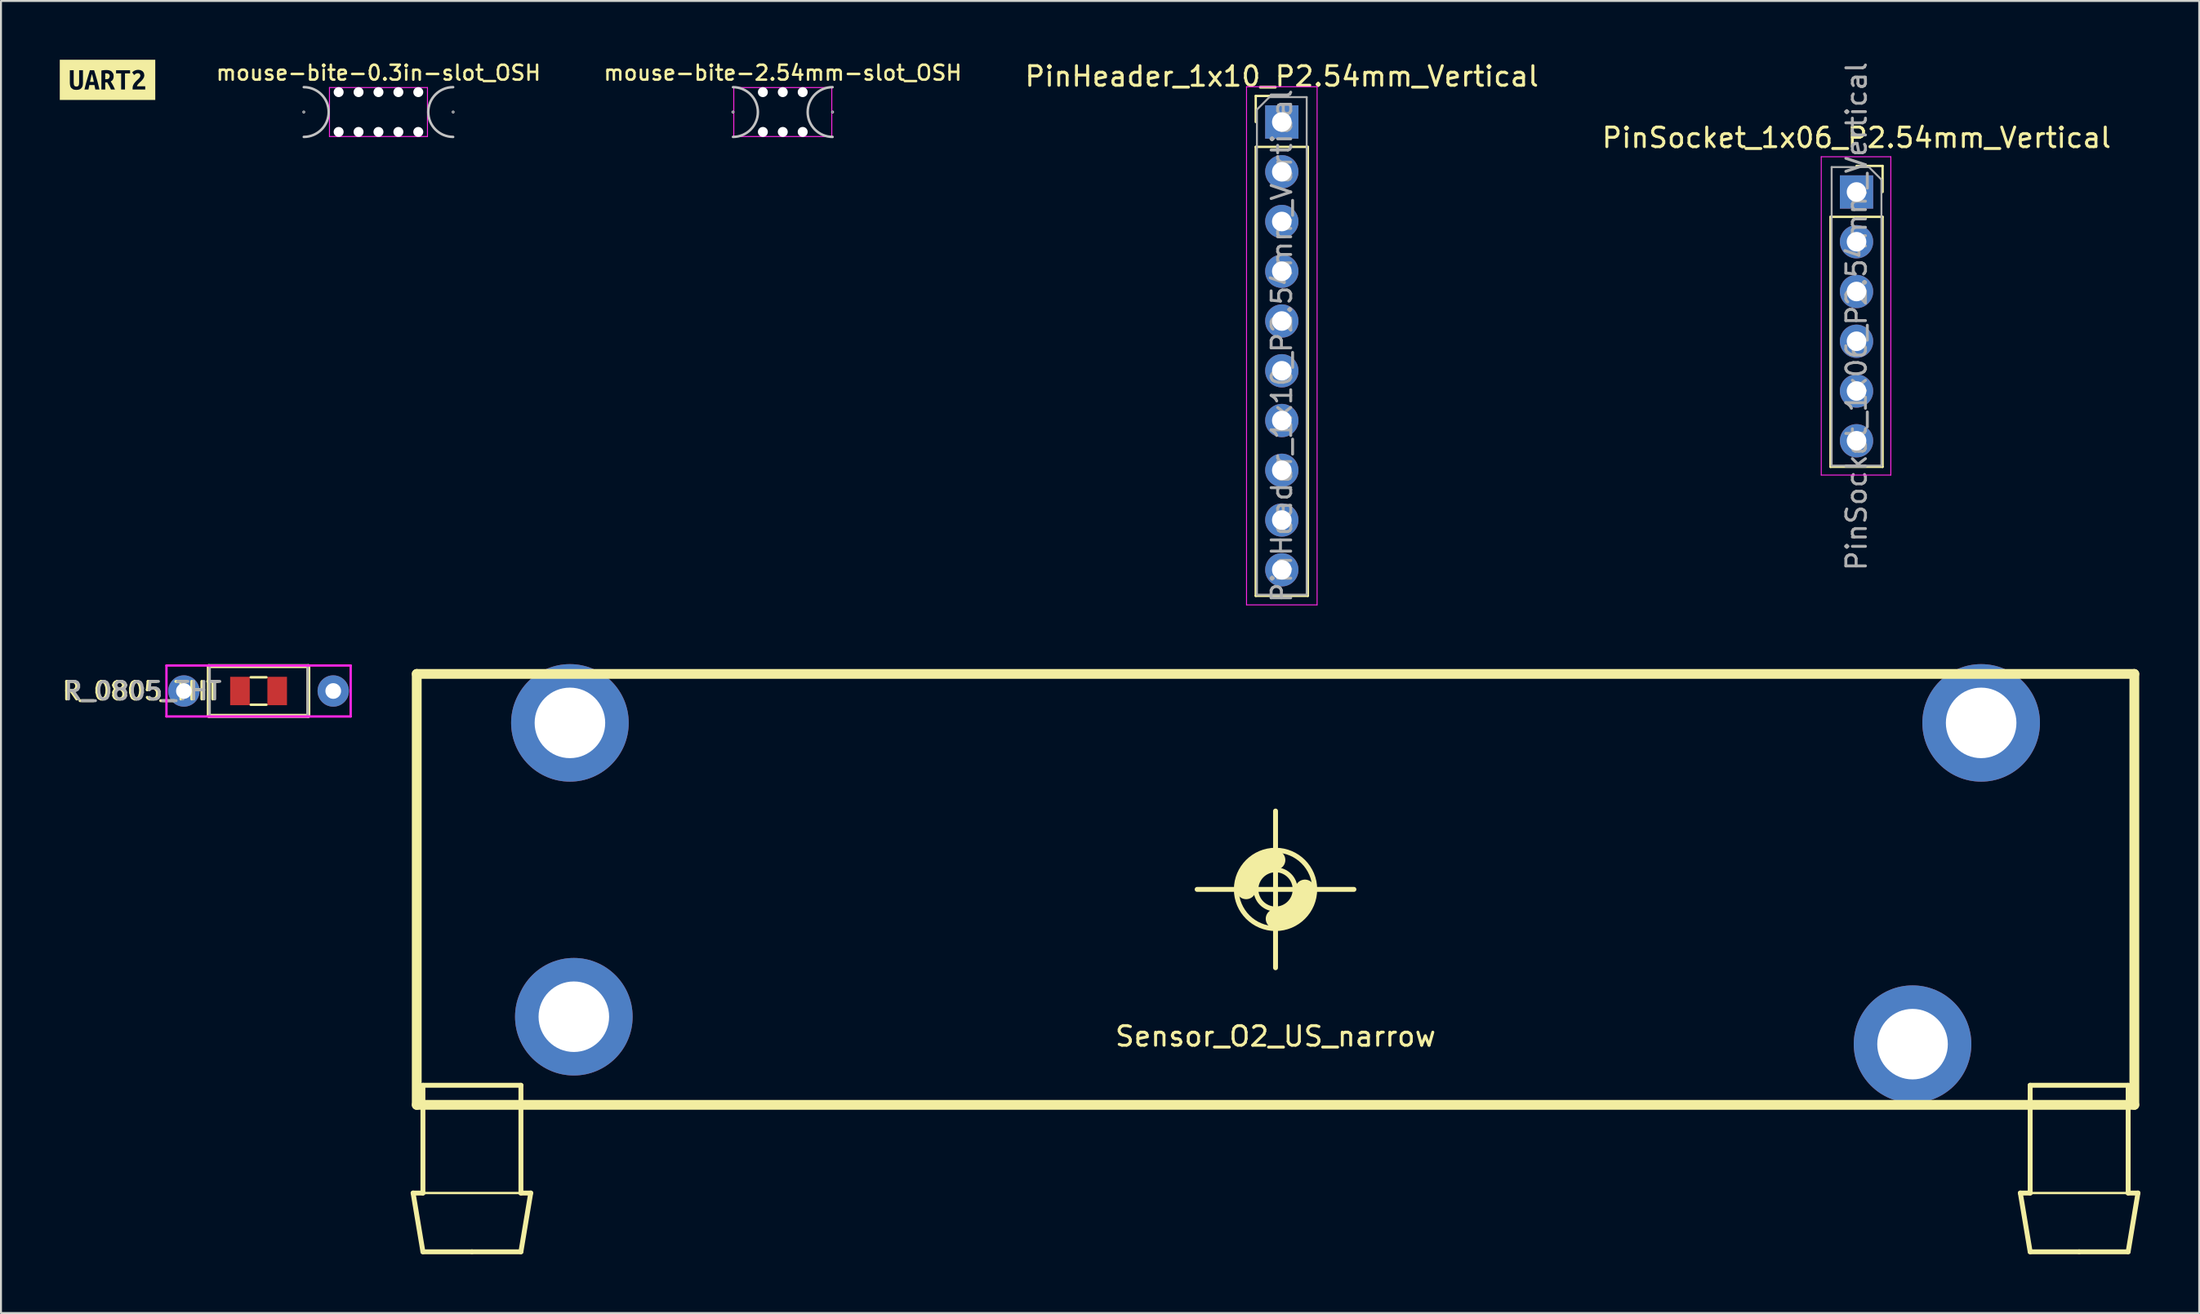
<source format=kicad_pcb>
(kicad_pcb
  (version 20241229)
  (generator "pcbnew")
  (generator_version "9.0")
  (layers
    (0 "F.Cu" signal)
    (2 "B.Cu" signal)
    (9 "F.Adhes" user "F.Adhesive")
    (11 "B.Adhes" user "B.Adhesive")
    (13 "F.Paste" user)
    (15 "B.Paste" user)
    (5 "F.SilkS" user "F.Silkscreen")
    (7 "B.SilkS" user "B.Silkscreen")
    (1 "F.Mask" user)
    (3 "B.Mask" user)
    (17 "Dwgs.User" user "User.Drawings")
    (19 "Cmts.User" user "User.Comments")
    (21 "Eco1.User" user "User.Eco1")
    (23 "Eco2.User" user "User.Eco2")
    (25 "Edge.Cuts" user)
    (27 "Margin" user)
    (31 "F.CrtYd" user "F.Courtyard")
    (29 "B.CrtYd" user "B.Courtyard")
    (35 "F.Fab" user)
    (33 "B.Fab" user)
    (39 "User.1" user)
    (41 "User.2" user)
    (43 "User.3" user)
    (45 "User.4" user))
  (footprint "PinSocket_1x06_P2.54mm_Vertical"
    (layer "F.Cu")
    (at 91.669 6.751)
    (property "Reference" "PinSocket_1x06_P2.54mm_Vertical" (at 0 -2.77 0) (layer "F.SilkS") (effects (font (size 1 1) (thickness 0.15))))
    (attr through_hole)
    (fp_line (start -1.33 1.27) (end -1.33 14.03) (stroke (width 0.12) (type solid)) (layer "F.SilkS"))
    (fp_line (start -1.33 1.27) (end 1.33 1.27) (stroke (width 0.12) (type solid)) (layer "F.SilkS"))
    (fp_line (start -1.33 14.03) (end 1.33 14.03) (stroke (width 0.12) (type solid)) (layer "F.SilkS"))
    (fp_line (start 0 -1.33) (end 1.33 -1.33) (stroke (width 0.12) (type solid)) (layer "F.SilkS"))
    (fp_line (start 1.33 -1.33) (end 1.33 0) (stroke (width 0.12) (type solid)) (layer "F.SilkS"))
    (fp_line (start 1.33 1.27) (end 1.33 14.03) (stroke (width 0.12) (type solid)) (layer "F.SilkS"))
    (fp_line (start -1.8 -1.8) (end 1.75 -1.8) (stroke (width 0.05) (type solid)) (layer "F.CrtYd"))
    (fp_line (start -1.8 14.45) (end -1.8 -1.8) (stroke (width 0.05) (type solid)) (layer "F.CrtYd"))
    (fp_line (start 1.75 -1.8) (end 1.75 14.45) (stroke (width 0.05) (type solid)) (layer "F.CrtYd"))
    (fp_line (start 1.75 14.45) (end -1.8 14.45) (stroke (width 0.05) (type solid)) (layer "F.CrtYd"))
    (fp_line (start -1.27 -1.27) (end 0.635 -1.27) (stroke (width 0.1) (type solid)) (layer "F.Fab"))
    (fp_line (start -1.27 13.97) (end -1.27 -1.27) (stroke (width 0.1) (type solid)) (layer "F.Fab"))
    (fp_line (start 0.635 -1.27) (end 1.27 -0.635) (stroke (width 0.1) (type solid)) (layer "F.Fab"))
    (fp_line (start 1.27 -0.635) (end 1.27 13.97) (stroke (width 0.1) (type solid)) (layer "F.Fab"))
    (fp_line (start 1.27 13.97) (end -1.27 13.97) (stroke (width 0.1) (type solid)) (layer "F.Fab"))
    (fp_text user "${REFERENCE}" (at 0 6.35 90) (layer "F.Fab") (effects (font (size 1 1) (thickness 0.15))))
    (pad "1" thru_hole rect (at 0 0) (size 1.7 1.7) (drill 1) (layers "*.Cu" "*.Mask"))
    (pad "2" thru_hole oval (at 0 2.54) (size 1.7 1.7) (drill 1) (layers "*.Cu" "*.Mask"))
    (pad "3" thru_hole oval (at 0 5.08) (size 1.7 1.7) (drill 1) (layers "*.Cu" "*.Mask"))
    (pad "4" thru_hole oval (at 0 7.62) (size 1.7 1.7) (drill 1) (layers "*.Cu" "*.Mask"))
    (pad "5" thru_hole oval (at 0 10.16) (size 1.7 1.7) (drill 1) (layers "*.Cu" "*.Mask"))
    (pad "6" thru_hole oval (at 0 12.7) (size 1.7 1.7) (drill 1) (layers "*.Cu" "*.Mask")))
  (footprint "PinHeader_1x10_P2.54mm_Vertical"
    (layer "F.Cu")
    (at 62.347 3.178)
    (property "Reference" "PinHeader_1x10_P2.54mm_Vertical" (at 0 -2.33 0) (layer "F.SilkS") (effects (font (size 1 1) (thickness 0.15))))
    (attr through_hole)
    (fp_line (start -1.33 -1.33) (end 0 -1.33) (stroke (width 0.12) (type solid)) (layer "F.SilkS"))
    (fp_line (start -1.33 0) (end -1.33 -1.33) (stroke (width 0.12) (type solid)) (layer "F.SilkS"))
    (fp_line (start -1.33 1.27) (end -1.33 24.19) (stroke (width 0.12) (type solid)) (layer "F.SilkS"))
    (fp_line (start -1.33 1.27) (end 1.33 1.27) (stroke (width 0.12) (type solid)) (layer "F.SilkS"))
    (fp_line (start -1.33 24.19) (end 1.33 24.19) (stroke (width 0.12) (type solid)) (layer "F.SilkS"))
    (fp_line (start 1.33 1.27) (end 1.33 24.19) (stroke (width 0.12) (type solid)) (layer "F.SilkS"))
    (fp_line (start -1.8 -1.8) (end -1.8 24.65) (stroke (width 0.05) (type solid)) (layer "F.CrtYd"))
    (fp_line (start -1.8 24.65) (end 1.8 24.65) (stroke (width 0.05) (type solid)) (layer "F.CrtYd"))
    (fp_line (start 1.8 -1.8) (end -1.8 -1.8) (stroke (width 0.05) (type solid)) (layer "F.CrtYd"))
    (fp_line (start 1.8 24.65) (end 1.8 -1.8) (stroke (width 0.05) (type solid)) (layer "F.CrtYd"))
    (fp_line (start -1.27 -0.635) (end -0.635 -1.27) (stroke (width 0.1) (type solid)) (layer "F.Fab"))
    (fp_line (start -1.27 24.13) (end -1.27 -0.635) (stroke (width 0.1) (type solid)) (layer "F.Fab"))
    (fp_line (start -0.635 -1.27) (end 1.27 -1.27) (stroke (width 0.1) (type solid)) (layer "F.Fab"))
    (fp_line (start 1.27 -1.27) (end 1.27 24.13) (stroke (width 0.1) (type solid)) (layer "F.Fab"))
    (fp_line (start 1.27 24.13) (end -1.27 24.13) (stroke (width 0.1) (type solid)) (layer "F.Fab"))
    (fp_text user "${REFERENCE}" (at 0 11.43 90) (layer "F.Fab") (effects (font (size 1 1) (thickness 0.15))))
    (pad "1" thru_hole rect (at 0 0) (size 1.7 1.7) (drill 1) (layers "*.Cu" "*.Mask"))
    (pad "2" thru_hole oval (at 0 2.54) (size 1.7 1.7) (drill 1) (layers "*.Cu" "*.Mask"))
    (pad "3" thru_hole oval (at 0 5.08) (size 1.7 1.7) (drill 1) (layers "*.Cu" "*.Mask"))
    (pad "4" thru_hole oval (at 0 7.62) (size 1.7 1.7) (drill 1) (layers "*.Cu" "*.Mask"))
    (pad "5" thru_hole oval (at 0 10.16) (size 1.7 1.7) (drill 1) (layers "*.Cu" "*.Mask"))
    (pad "6" thru_hole oval (at 0 12.7) (size 1.7 1.7) (drill 1) (layers "*.Cu" "*.Mask"))
    (pad "7" thru_hole oval (at 0 15.24) (size 1.7 1.7) (drill 1) (layers "*.Cu" "*.Mask"))
    (pad "8" thru_hole oval (at 0 17.78) (size 1.7 1.7) (drill 1) (layers "*.Cu" "*.Mask"))
    (pad "9" thru_hole oval (at 0 20.32) (size 1.7 1.7) (drill 1) (layers "*.Cu" "*.Mask"))
    (pad "10" thru_hole oval (at 0 22.86) (size 1.7 1.7) (drill 1) (layers "*.Cu" "*.Mask")))
  (footprint "mouse-bite-2.54mm-slot_OSH"
    (layer "F.Cu")
    (at 36.887 2.669)
    (property "Reference" "mouse-bite-2.54mm-slot_OSH" (at 0 -2 0) (layer "F.SilkS") (effects (font (size 0.762 0.762) (thickness 0.127))))
    (attr through_hole)
    (fp_arc (start -2.54 -1.27) (mid -1.27 0) (end -2.54 1.27) (stroke (width 0.127) (type solid)) (layer "Dwgs.User"))
    (fp_arc (start 2.54 1.27) (mid 1.27 0) (end 2.54 -1.27) (stroke (width 0.127) (type solid)) (layer "Dwgs.User"))
    (fp_circle (center -2.54 0) (end -2.54 0.051) (stroke (width 0.051) (type solid)) (fill no) (layer "Dwgs.User"))
    (fp_circle (center 2.54 0) (end 2.54 -0.051) (stroke (width 0.051) (type solid)) (fill no) (layer "Dwgs.User"))
    (fp_line (start -2.5 -1.25) (end -2.5 1.25) (stroke (width 0.05) (type solid)) (layer "F.CrtYd"))
    (fp_line (start -2.5 1.25) (end 2.5 1.25) (stroke (width 0.05) (type solid)) (layer "F.CrtYd"))
    (fp_line (start 2.5 -1.25) (end -2.5 -1.25) (stroke (width 0.05) (type solid)) (layer "F.CrtYd"))
    (fp_line (start 2.5 1.25) (end 2.5 -1.25) (stroke (width 0.05) (type solid)) (layer "F.CrtYd"))
    (pad "" np_thru_hole circle (at -1.016 -1.016) (size 0.508 0.508) (drill 0.508) (layers "*.Cu" "*.Mask"))
    (pad "" np_thru_hole circle (at -1.016 1.016) (size 0.508 0.508) (drill 0.508) (layers "*.Cu" "*.Mask"))
    (pad "" np_thru_hole circle (at 0 -1.016) (size 0.508 0.508) (drill 0.508) (layers "*.Cu" "*.Mask"))
    (pad "" np_thru_hole circle (at 0 1.016) (size 0.508 0.508) (drill 0.508) (layers "*.Cu" "*.Mask"))
    (pad "" np_thru_hole circle (at 1.016 -1.016) (size 0.508 0.508) (drill 0.508) (layers "*.Cu" "*.Mask"))
    (pad "" np_thru_hole circle (at 1.016 1.016) (size 0.508 0.508) (drill 0.508) (layers "*.Cu" "*.Mask")))
  (footprint "mouse-bite-0.3in-slot_OSH"
    (layer "F.Cu")
    (at 16.259 2.669)
    (property "Reference" "mouse-bite-0.3in-slot_OSH" (at 0 -2 0) (layer "F.SilkS") (effects (font (size 0.762 0.762) (thickness 0.127))))
    (attr through_hole)
    (fp_arc (start -3.81 -1.27) (mid -2.54 0) (end -3.81 1.27) (stroke (width 0.127) (type solid)) (layer "Dwgs.User"))
    (fp_arc (start 3.81 1.27) (mid 2.54 0) (end 3.81 -1.27) (stroke (width 0.127) (type solid)) (layer "Dwgs.User"))
    (fp_circle (center -3.81 0) (end -3.759 0) (stroke (width 0.051) (type solid)) (fill no) (layer "Dwgs.User"))
    (fp_circle (center 3.81 0) (end 3.861 0) (stroke (width 0.051) (type solid)) (fill no) (layer "Dwgs.User"))
    (fp_line (start -2.5 -1.25) (end -2.5 1.25) (stroke (width 0.05) (type solid)) (layer "F.CrtYd"))
    (fp_line (start -2.5 1.25) (end 2.5 1.25) (stroke (width 0.05) (type solid)) (layer "F.CrtYd"))
    (fp_line (start 2.5 -1.25) (end -2.5 -1.25) (stroke (width 0.05) (type solid)) (layer "F.CrtYd"))
    (fp_line (start 2.5 1.25) (end 2.5 -1.25) (stroke (width 0.05) (type solid)) (layer "F.CrtYd"))
    (pad "" np_thru_hole circle (at -2.032 -1.016) (size 0.508 0.508) (drill 0.508) (layers "*.Cu" "*.Mask"))
    (pad "" np_thru_hole circle (at -2.032 1.016) (size 0.508 0.508) (drill 0.508) (layers "*.Cu" "*.Mask"))
    (pad "" np_thru_hole circle (at -1.016 -1.016) (size 0.508 0.508) (drill 0.508) (layers "*.Cu" "*.Mask"))
    (pad "" np_thru_hole circle (at -1.016 1.016) (size 0.508 0.508) (drill 0.508) (layers "*.Cu" "*.Mask"))
    (pad "" np_thru_hole circle (at 0 -1.016) (size 0.508 0.508) (drill 0.508) (layers "*.Cu" "*.Mask"))
    (pad "" np_thru_hole circle (at 0 1.016) (size 0.508 0.508) (drill 0.508) (layers "*.Cu" "*.Mask"))
    (pad "" np_thru_hole circle (at 1.016 -1.016) (size 0.508 0.508) (drill 0.508) (layers "*.Cu" "*.Mask"))
    (pad "" np_thru_hole circle (at 1.016 1.016) (size 0.508 0.508) (drill 0.508) (layers "*.Cu" "*.Mask"))
    (pad "" np_thru_hole circle (at 2.032 -1.016) (size 0.508 0.508) (drill 0.508) (layers "*.Cu" "*.Mask"))
    (pad "" np_thru_hole circle (at 2.032 1.016) (size 0.508 0.508) (drill 0.508) (layers "*.Cu" "*.Mask")))
  (footprint "Sensor_O2_US_narrow"
    (layer "F.Cu")
    (at 62.027 42.353)
    (property "Reference" "Sensor_O2_US_narrow" (at 0 7.5 0) (layer "F.SilkS") (effects (font (size 1 1) (thickness 0.15))))
    (attr through_hole)
    (fp_line (start -44 15.5) (end -43.5 15.5) (stroke (width 0.25) (type solid)) (layer "F.SilkS"))
    (fp_line (start -43.815 -11) (end -43.815 11) (stroke (width 0.5) (type solid)) (layer "F.SilkS"))
    (fp_line (start -43.815 11) (end 43.815 11) (stroke (width 0.5) (type solid)) (layer "F.SilkS"))
    (fp_line (start -43.5 10) (end -38.5 10) (stroke (width 0.25) (type solid)) (layer "F.SilkS"))
    (fp_line (start -43.5 15.5) (end -43.5 10) (stroke (width 0.25) (type solid)) (layer "F.SilkS"))
    (fp_line (start -43.5 15.5) (end -38.5 15.5) (stroke (width 0.12) (type solid)) (layer "F.SilkS"))
    (fp_line (start -43.5 18.5) (end -44 15.5) (stroke (width 0.25) (type solid)) (layer "F.SilkS"))
    (fp_line (start -41 18.5) (end -43.5 18.5) (stroke (width 0.25) (type solid)) (layer "F.SilkS"))
    (fp_line (start -38.5 10) (end -38.5 15.5) (stroke (width 0.25) (type solid)) (layer "F.SilkS"))
    (fp_line (start -38.5 15.5) (end -38 15.5) (stroke (width 0.25) (type solid)) (layer "F.SilkS"))
    (fp_line (start -38.5 18.5) (end -41 18.5) (stroke (width 0.25) (type solid)) (layer "F.SilkS"))
    (fp_line (start -38 15.5) (end -38.5 18.5) (stroke (width 0.25) (type solid)) (layer "F.SilkS"))
    (fp_line (start -4 0) (end 4 0) (stroke (width 0.25) (type solid)) (layer "F.SilkS"))
    (fp_line (start 0 -4) (end 0 4) (stroke (width 0.25) (type solid)) (layer "F.SilkS"))
    (fp_line (start 38 15.5) (end 38.5 15.5) (stroke (width 0.25) (type solid)) (layer "F.SilkS"))
    (fp_line (start 38.5 10) (end 43.5 10) (stroke (width 0.25) (type solid)) (layer "F.SilkS"))
    (fp_line (start 38.5 15.5) (end 38.5 10) (stroke (width 0.25) (type solid)) (layer "F.SilkS"))
    (fp_line (start 38.5 15.5) (end 43.5 15.5) (stroke (width 0.12) (type solid)) (layer "F.SilkS"))
    (fp_line (start 38.5 18.5) (end 38 15.5) (stroke (width 0.25) (type solid)) (layer "F.SilkS"))
    (fp_line (start 41 18.5) (end 38.5 18.5) (stroke (width 0.25) (type solid)) (layer "F.SilkS"))
    (fp_line (start 43.5 10) (end 43.5 15.5) (stroke (width 0.25) (type solid)) (layer "F.SilkS"))
    (fp_line (start 43.5 15.5) (end 44 15.5) (stroke (width 0.25) (type solid)) (layer "F.SilkS"))
    (fp_line (start 43.5 18.5) (end 41 18.5) (stroke (width 0.25) (type solid)) (layer "F.SilkS"))
    (fp_line (start 43.815 -11) (end -43.815 -11) (stroke (width 0.5) (type solid)) (layer "F.SilkS"))
    (fp_line (start 43.815 11) (end 43.815 -11) (stroke (width 0.5) (type solid)) (layer "F.SilkS"))
    (fp_line (start 44 15.5) (end 43.5 18.5) (stroke (width 0.25) (type solid)) (layer "F.SilkS"))
    (fp_arc (start -1.5 0) (mid -1.06066 -1.06066) (end 0 -1.5) (stroke (width 1) (type solid)) (layer "F.SilkS"))
    (fp_arc (start 1.5 0) (mid 1.06066 1.06066) (end 0 1.5) (stroke (width 1) (type solid)) (layer "F.SilkS"))
    (fp_circle (center 0 0) (end 1 0) (stroke (width 0.25) (type solid)) (fill no) (layer "F.SilkS"))
    (fp_circle (center 0 0) (end 2 0) (stroke (width 0.25) (type solid)) (fill no) (layer "F.SilkS"))
    (pad "1" thru_hole circle (at -36 -8.5) (size 6 6) (drill 3.6) (layers "*.Cu" "*.Mask"))
    (pad "2" thru_hole circle (at 36 -8.5) (size 6 6) (drill 3.6) (layers "*.Cu" "*.Mask"))
    (pad "3" thru_hole circle (at 32.5 7.9) (size 6 6) (drill 3.6) (layers "*.Cu" "*.Mask"))
    (pad "4" thru_hole circle (at -35.8 6.5) (size 6 6) (drill 3.6) (layers "*.Cu" "*.Mask")))
  (footprint "R_0805_THT"
    (layer "F.Cu")
    (at 10.142 32.225)
    (property "Reference" "R_0805_THT" (at -6 0 180) (layer "F.SilkS") (effects (font (size 0.9 0.9) (thickness 0.15))))
    (attr smd)
    (fp_line (start -2.54 -1.27) (end -2.54 1.27) (stroke (width 0.203) (type solid)) (layer "F.SilkS"))
    (fp_line (start -2.54 1.27) (end 2.54 1.27) (stroke (width 0.203) (type solid)) (layer "F.SilkS"))
    (fp_line (start -0.4 -0.7) (end 0.4 -0.7) (stroke (width 0.127) (type solid)) (layer "F.SilkS"))
    (fp_line (start 0.4 0.7) (end -0.4 0.7) (stroke (width 0.127) (type solid)) (layer "F.SilkS"))
    (fp_line (start 2.54 -1.27) (end -2.54 -1.27) (stroke (width 0.203) (type solid)) (layer "F.SilkS"))
    (fp_line (start 2.54 1.27) (end 2.54 -1.27) (stroke (width 0.203) (type solid)) (layer "F.SilkS"))
    (fp_line (start -4.7 -1.3) (end 4.7 -1.3) (stroke (width 0.12) (type solid)) (layer "F.CrtYd"))
    (fp_line (start -4.7 1.3) (end -4.7 -1.3) (stroke (width 0.12) (type solid)) (layer "F.CrtYd"))
    (fp_line (start 4.7 -1.3) (end 4.7 1.3) (stroke (width 0.12) (type solid)) (layer "F.CrtYd"))
    (fp_line (start 4.7 1.3) (end -4.7 1.3) (stroke (width 0.12) (type solid)) (layer "F.CrtYd"))
    (fp_line (start -2.5 -1.3) (end 2.5 -1.3) (stroke (width 0.12) (type solid)) (layer "F.Fab"))
    (fp_line (start -2.5 1.3) (end -2.5 -1.3) (stroke (width 0.12) (type solid)) (layer "F.Fab"))
    (fp_line (start 2.5 -1.3) (end 2.5 1.3) (stroke (width 0.12) (type solid)) (layer "F.Fab"))
    (fp_line (start 2.5 1.3) (end -2.5 1.3) (stroke (width 0.12) (type solid)) (layer "F.Fab"))
    (fp_text user "${REFERENCE}" (at -5.9 0 0) (layer "F.Fab") (effects (font (size 0.9 0.9) (thickness 0.15))))
    (pad "1" thru_hole circle (at -3.81 0) (size 1.6 1.6) (drill 0.8) (layers "*.Cu" "*.Mask"))
    (pad "1" smd rect (at -0.95 0) (size 1 1.45) (layers "F.Cu" "F.Mask" "F.Paste"))
    (pad "2" smd rect (at 0.95 0) (size 1 1.45) (layers "F.Cu" "F.Mask" "F.Paste"))
    (pad "2" thru_hole circle (at 3.81 0) (size 1.6 1.6) (drill 0.8) (layers "*.Cu" "*.Mask")))
  (footprint "label_uart2"
    (layer "F.Cu")
    (at 2.436 1.026)
    (property "Reference" "label_uart2" (at 0 -1.026 0) (layer "F.SilkS") (effects (font (size 0.001 0.001) (thickness 0.000003))))
    (attr exclude_from_pos_files exclude_from_bom)
    (fp_poly (pts (xy -0.796 -0.3) (xy -0.826 -0.194) (xy -0.851 -0.096) (xy -0.873 0.002) (xy -0.893 0.103) (xy -0.701 0.103) (xy -0.72 0.002) (xy -0.741 -0.096) (xy -0.767 -0.194) (xy -0.796 -0.3)) (stroke (width 0) (type solid)) (fill yes) (layer "F.SilkS"))
    (fp_poly (pts (xy 0.115 -0.181) (xy 0.103 -0.248) (xy 0.067 -0.295) (xy 0.012 -0.323) (xy -0.058 -0.332) (xy -0.085 -0.331) (xy -0.117 -0.327) (xy -0.117 -0.032) (xy -0.074 -0.032) (xy 0.012 -0.041) (xy 0.071 -0.071) (xy 0.115 -0.181)) (stroke (width 0) (type solid)) (fill yes) (layer "F.SilkS"))
    (fp_poly (pts (xy -1.923 -1.025) (xy -1.923 -0.491) (xy -1.726 -0.491) (xy -1.726 0.124) (xy -1.72 0.228) (xy -1.699 0.295) (xy -1.657 0.332) (xy -1.588 0.343) (xy -1.52 0.332) (xy -1.477 0.294) (xy -1.455 0.226) (xy -1.449 0.122) (xy -1.449 -0.491) (xy -1.253 -0.491) (xy -1.253 0.137) (xy -1.257 0.218) (xy -1.269 0.292) (xy -1.291 0.357) (xy -1.325 0.411) (xy -1.371 0.455) (xy -1.43 0.487) (xy -1.503 0.506) (xy -1.591 0.513) (xy -1.679 0.506) (xy -1.751 0.487) (xy -1.853 0.411) (xy -1.886 0.357) (xy -1.907 0.292) (xy -1.919 0.218) (xy -1.923 0.137) (xy -1.923 -0.491) (xy -1.923 -1.025) (xy -2.436 -1.025) (xy -2.436 1.025) (xy -0.622 0.492) (xy -0.668 0.265) (xy -0.929 0.265) (xy -0.974 0.492) (xy -1.177 0.492) (xy -1.149 0.378) (xy -1.121 0.268) (xy -1.093 0.162) (xy -1.064 0.06) (xy -1.036 -0.037) (xy -1 -0.155) (xy -0.966 -0.27) (xy -0.931 -0.382) (xy -0.898 -0.491) (xy -0.685 -0.491) (xy -0.65 -0.381) (xy -0.615 -0.268) (xy -0.581 -0.152) (xy -0.546 -0.033) (xy -0.519 0.066) (xy -0.491 0.168) (xy -0.465 0.273) (xy -0.438 0.381) (xy -0.412 0.492) (xy -0.622 0.492) (xy -2.436 1.025) (xy -1.923 1.025) (xy 1.923 1.025) (xy 1.923 0.492) (xy 1.282 0.492) (xy 1.278 0.452) (xy 1.279 0.419) (xy 1.286 0.343) (xy 1.308 0.273) (xy 1.341 0.209) (xy 1.383 0.15) (xy 1.43 0.096) (xy 1.48 0.045) (xy 1.53 -0.002) (xy 1.576 -0.048) (xy 1.651 -0.133) (xy 1.68 -0.217) (xy 1.644 -0.31) (xy 1.552 -0.343) (xy 1.455 -0.321) (xy 1.355 -0.246) (xy 1.258 -0.383) (xy 1.327 -0.441) (xy 1.405 -0.481) (xy 1.488 -0.505) (xy 1.571 -0.513) (xy 1.687 -0.495) (xy 1.785 -0.443) (xy 1.853 -0.355) (xy 1.879 -0.232) (xy 1.86 -0.134) (xy 1.809 -0.043) (xy 1.738 0.043) (xy 1.657 0.122) (xy 1.609 0.167) (xy 1.558 0.221) (xy 1.518 0.278) (xy 1.501 0.33) (xy 1.923 0.33) (xy 1.923 0.492) (xy 1.923 1.025) (xy 2.436 1.025) (xy 2.436 -1.025) (xy -0.058 -0.502) (xy 0.022 -0.497) (xy 0.094 -0.483) (xy 0.158 -0.458) (xy 0.212 -0.424) (xy 0.287 -0.323) (xy 0.307 -0.257) (xy 0.314 -0.179) (xy 0.695 0.492) (xy 0.695 -0.329) (xy 0.436 -0.329) (xy 0.436 -0.491) (xy 1.15 -0.491) (xy 1.15 -0.329) (xy 0.891 -0.329) (xy 0.891 0.492) (xy 0.695 0.492) (xy 0.314 -0.179) (xy 0.305 -0.098) (xy 0.279 -0.024) (xy 0.232 0.038) (xy 0.163 0.083) (xy 0.22 0.174) (xy 0.279 0.279) (xy 0.333 0.388) (xy 0.379 0.492) (xy 0.174 0.492) (xy 0.134 0.399) (xy 0.089 0.309) (xy 0.039 0.22) (xy -0.015 0.13) (xy -0.117 0.13) (xy -0.117 0.492) (xy -0.312 0.492) (xy -0.312 -0.476) (xy -0.249 -0.488) (xy -0.18 -0.496) (xy -0.114 -0.5) (xy -0.058 -0.502) (xy 2.436 -1.025) (xy 1.923 -1.025) (xy -1.923 -1.025)) (stroke (width 0) (type solid)) (fill yes) (layer "F.SilkS")))
  (gr_rect
    (start -3 -3)
    (end 109.152 63.978)
    (stroke (width 0.1) (type default))
    (fill no)
    (layer "Edge.Cuts")))
</source>
